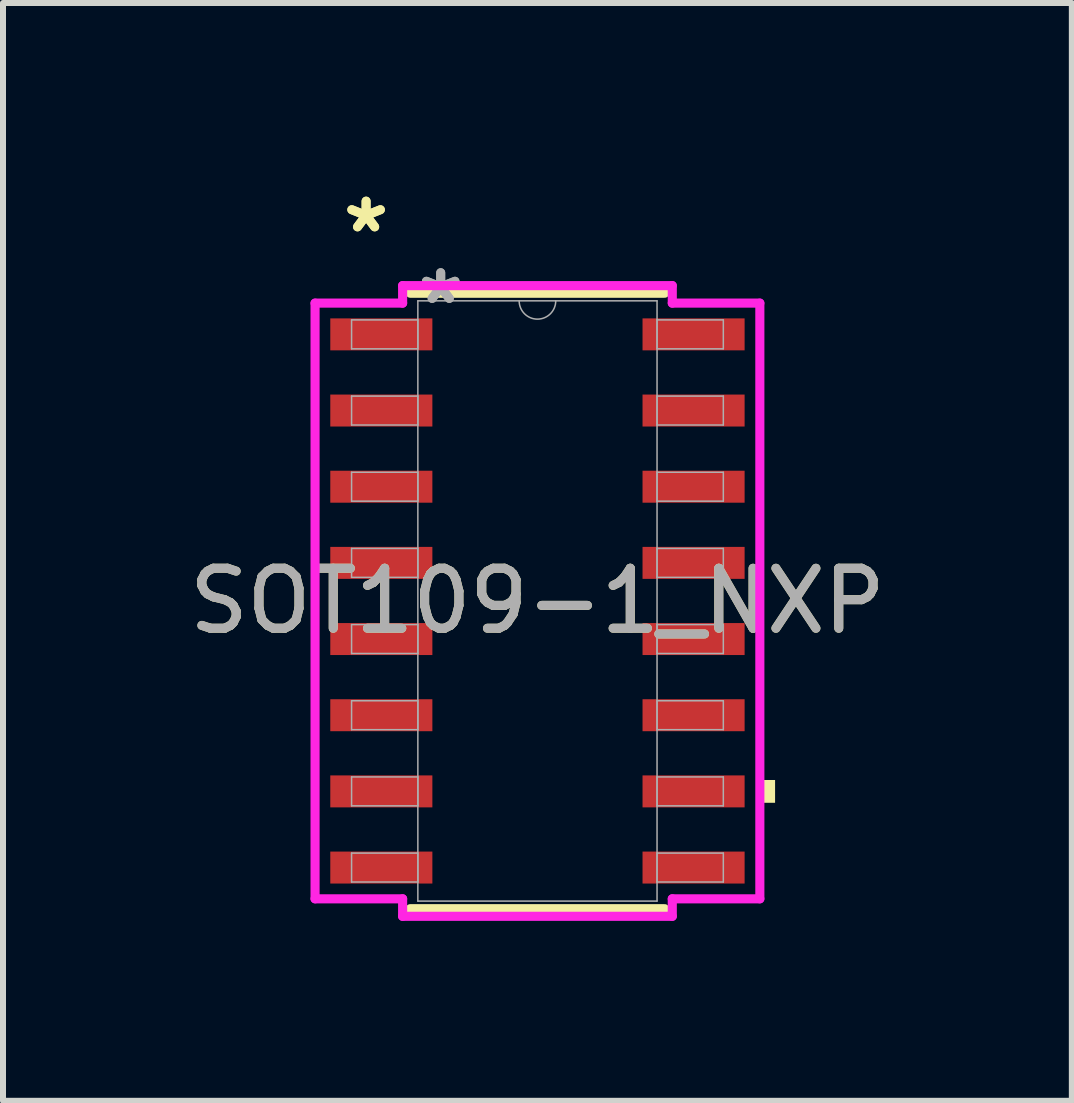
<source format=kicad_pcb>
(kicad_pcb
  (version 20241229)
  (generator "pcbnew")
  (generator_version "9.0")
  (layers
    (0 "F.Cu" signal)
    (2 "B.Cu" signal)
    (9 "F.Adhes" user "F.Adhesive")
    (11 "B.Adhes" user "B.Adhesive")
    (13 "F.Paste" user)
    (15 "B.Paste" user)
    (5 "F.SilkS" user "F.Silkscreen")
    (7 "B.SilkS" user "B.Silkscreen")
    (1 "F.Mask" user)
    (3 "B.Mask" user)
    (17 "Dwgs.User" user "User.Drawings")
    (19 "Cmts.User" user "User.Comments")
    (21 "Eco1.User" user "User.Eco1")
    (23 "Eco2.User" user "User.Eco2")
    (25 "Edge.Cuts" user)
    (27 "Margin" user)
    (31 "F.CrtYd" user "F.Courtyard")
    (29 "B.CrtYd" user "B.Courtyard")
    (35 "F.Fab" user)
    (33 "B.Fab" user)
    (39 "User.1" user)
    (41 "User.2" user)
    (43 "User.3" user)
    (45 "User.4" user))
  (footprint "SOT109-1_NXP"
    (layer "F.Cu")
    (at 5.911 6.97)
    (property "Reference" "SOT109-1_NXP" (at 0 0 0) (unlocked yes) (layer "F.SilkS") (effects (font (size 1 1) (thickness 0.15))))
    (attr smd)
    (fp_line (start -2.121 5.131) (end 2.121 5.131) (stroke (width 0.152) (type solid)) (layer "F.SilkS"))
    (fp_line (start 2.121 -5.131) (end -2.121 -5.131) (stroke (width 0.152) (type solid)) (layer "F.SilkS"))
    (fp_poly (pts (xy 3.962 2.985) (xy 3.962 3.365) (xy 3.708 3.365) (xy 3.708 2.985)) (stroke (width 0) (type solid)) (fill yes) (layer "F.SilkS"))
    (fp_line (start -3.708 -4.966) (end -2.248 -4.966) (stroke (width 0.152) (type solid)) (layer "F.CrtYd"))
    (fp_line (start -3.708 4.966) (end -3.708 -4.966) (stroke (width 0.152) (type solid)) (layer "F.CrtYd"))
    (fp_line (start -3.708 4.966) (end -2.248 4.966) (stroke (width 0.152) (type solid)) (layer "F.CrtYd"))
    (fp_line (start -2.248 -5.258) (end 2.248 -5.258) (stroke (width 0.152) (type solid)) (layer "F.CrtYd"))
    (fp_line (start -2.248 -4.966) (end -2.248 -5.258) (stroke (width 0.152) (type solid)) (layer "F.CrtYd"))
    (fp_line (start -2.248 5.258) (end -2.248 4.966) (stroke (width 0.152) (type solid)) (layer "F.CrtYd"))
    (fp_line (start 2.248 -5.258) (end 2.248 -4.966) (stroke (width 0.152) (type solid)) (layer "F.CrtYd"))
    (fp_line (start 2.248 4.966) (end 2.248 5.258) (stroke (width 0.152) (type solid)) (layer "F.CrtYd"))
    (fp_line (start 2.248 5.258) (end -2.248 5.258) (stroke (width 0.152) (type solid)) (layer "F.CrtYd"))
    (fp_line (start 3.708 -4.966) (end 2.248 -4.966) (stroke (width 0.152) (type solid)) (layer "F.CrtYd"))
    (fp_line (start 3.708 -4.966) (end 3.708 4.966) (stroke (width 0.152) (type solid)) (layer "F.CrtYd"))
    (fp_line (start 3.708 4.966) (end 2.248 4.966) (stroke (width 0.152) (type solid)) (layer "F.CrtYd"))
    (fp_line (start -3.099 -4.686) (end -3.099 -4.204) (stroke (width 0.025) (type solid)) (layer "F.Fab"))
    (fp_line (start -3.099 -4.204) (end -1.994 -4.204) (stroke (width 0.025) (type solid)) (layer "F.Fab"))
    (fp_line (start -3.099 -3.416) (end -3.099 -2.934) (stroke (width 0.025) (type solid)) (layer "F.Fab"))
    (fp_line (start -3.099 -2.934) (end -1.994 -2.934) (stroke (width 0.025) (type solid)) (layer "F.Fab"))
    (fp_line (start -3.099 -2.146) (end -3.099 -1.664) (stroke (width 0.025) (type solid)) (layer "F.Fab"))
    (fp_line (start -3.099 -1.664) (end -1.994 -1.664) (stroke (width 0.025) (type solid)) (layer "F.Fab"))
    (fp_line (start -3.099 -0.876) (end -3.099 -0.394) (stroke (width 0.025) (type solid)) (layer "F.Fab"))
    (fp_line (start -3.099 -0.394) (end -1.994 -0.394) (stroke (width 0.025) (type solid)) (layer "F.Fab"))
    (fp_line (start -3.099 0.394) (end -3.099 0.876) (stroke (width 0.025) (type solid)) (layer "F.Fab"))
    (fp_line (start -3.099 0.876) (end -1.994 0.876) (stroke (width 0.025) (type solid)) (layer "F.Fab"))
    (fp_line (start -3.099 1.664) (end -3.099 2.146) (stroke (width 0.025) (type solid)) (layer "F.Fab"))
    (fp_line (start -3.099 2.146) (end -1.994 2.146) (stroke (width 0.025) (type solid)) (layer "F.Fab"))
    (fp_line (start -3.099 2.934) (end -3.099 3.416) (stroke (width 0.025) (type solid)) (layer "F.Fab"))
    (fp_line (start -3.099 3.416) (end -1.994 3.416) (stroke (width 0.025) (type solid)) (layer "F.Fab"))
    (fp_line (start -3.099 4.204) (end -3.099 4.686) (stroke (width 0.025) (type solid)) (layer "F.Fab"))
    (fp_line (start -3.099 4.686) (end -1.994 4.686) (stroke (width 0.025) (type solid)) (layer "F.Fab"))
    (fp_line (start -1.994 -5.004) (end -1.994 5.004) (stroke (width 0.025) (type solid)) (layer "F.Fab"))
    (fp_line (start -1.994 -4.686) (end -3.099 -4.686) (stroke (width 0.025) (type solid)) (layer "F.Fab"))
    (fp_line (start -1.994 -4.204) (end -1.994 -4.686) (stroke (width 0.025) (type solid)) (layer "F.Fab"))
    (fp_line (start -1.994 -3.416) (end -3.099 -3.416) (stroke (width 0.025) (type solid)) (layer "F.Fab"))
    (fp_line (start -1.994 -2.934) (end -1.994 -3.416) (stroke (width 0.025) (type solid)) (layer "F.Fab"))
    (fp_line (start -1.994 -2.146) (end -3.099 -2.146) (stroke (width 0.025) (type solid)) (layer "F.Fab"))
    (fp_line (start -1.994 -1.664) (end -1.994 -2.146) (stroke (width 0.025) (type solid)) (layer "F.Fab"))
    (fp_line (start -1.994 -0.876) (end -3.099 -0.876) (stroke (width 0.025) (type solid)) (layer "F.Fab"))
    (fp_line (start -1.994 -0.394) (end -1.994 -0.876) (stroke (width 0.025) (type solid)) (layer "F.Fab"))
    (fp_line (start -1.994 0.394) (end -3.099 0.394) (stroke (width 0.025) (type solid)) (layer "F.Fab"))
    (fp_line (start -1.994 0.876) (end -1.994 0.394) (stroke (width 0.025) (type solid)) (layer "F.Fab"))
    (fp_line (start -1.994 1.664) (end -3.099 1.664) (stroke (width 0.025) (type solid)) (layer "F.Fab"))
    (fp_line (start -1.994 2.146) (end -1.994 1.664) (stroke (width 0.025) (type solid)) (layer "F.Fab"))
    (fp_line (start -1.994 2.934) (end -3.099 2.934) (stroke (width 0.025) (type solid)) (layer "F.Fab"))
    (fp_line (start -1.994 3.416) (end -1.994 2.934) (stroke (width 0.025) (type solid)) (layer "F.Fab"))
    (fp_line (start -1.994 4.204) (end -3.099 4.204) (stroke (width 0.025) (type solid)) (layer "F.Fab"))
    (fp_line (start -1.994 4.686) (end -1.994 4.204) (stroke (width 0.025) (type solid)) (layer "F.Fab"))
    (fp_line (start -1.994 5.004) (end 1.994 5.004) (stroke (width 0.025) (type solid)) (layer "F.Fab"))
    (fp_line (start 1.994 -5.004) (end -1.994 -5.004) (stroke (width 0.025) (type solid)) (layer "F.Fab"))
    (fp_line (start 1.994 -4.686) (end 1.994 -4.204) (stroke (width 0.025) (type solid)) (layer "F.Fab"))
    (fp_line (start 1.994 -4.204) (end 3.099 -4.204) (stroke (width 0.025) (type solid)) (layer "F.Fab"))
    (fp_line (start 1.994 -3.416) (end 1.994 -2.934) (stroke (width 0.025) (type solid)) (layer "F.Fab"))
    (fp_line (start 1.994 -2.934) (end 3.099 -2.934) (stroke (width 0.025) (type solid)) (layer "F.Fab"))
    (fp_line (start 1.994 -2.146) (end 1.994 -1.664) (stroke (width 0.025) (type solid)) (layer "F.Fab"))
    (fp_line (start 1.994 -1.664) (end 3.099 -1.664) (stroke (width 0.025) (type solid)) (layer "F.Fab"))
    (fp_line (start 1.994 -0.876) (end 1.994 -0.394) (stroke (width 0.025) (type solid)) (layer "F.Fab"))
    (fp_line (start 1.994 -0.394) (end 3.099 -0.394) (stroke (width 0.025) (type solid)) (layer "F.Fab"))
    (fp_line (start 1.994 0.394) (end 1.994 0.876) (stroke (width 0.025) (type solid)) (layer "F.Fab"))
    (fp_line (start 1.994 0.876) (end 3.099 0.876) (stroke (width 0.025) (type solid)) (layer "F.Fab"))
    (fp_line (start 1.994 1.664) (end 1.994 2.146) (stroke (width 0.025) (type solid)) (layer "F.Fab"))
    (fp_line (start 1.994 2.146) (end 3.099 2.146) (stroke (width 0.025) (type solid)) (layer "F.Fab"))
    (fp_line (start 1.994 2.934) (end 1.994 3.416) (stroke (width 0.025) (type solid)) (layer "F.Fab"))
    (fp_line (start 1.994 3.416) (end 3.099 3.416) (stroke (width 0.025) (type solid)) (layer "F.Fab"))
    (fp_line (start 1.994 4.204) (end 1.994 4.686) (stroke (width 0.025) (type solid)) (layer "F.Fab"))
    (fp_line (start 1.994 4.686) (end 3.099 4.686) (stroke (width 0.025) (type solid)) (layer "F.Fab"))
    (fp_line (start 1.994 5.004) (end 1.994 -5.004) (stroke (width 0.025) (type solid)) (layer "F.Fab"))
    (fp_line (start 3.099 -4.686) (end 1.994 -4.686) (stroke (width 0.025) (type solid)) (layer "F.Fab"))
    (fp_line (start 3.099 -4.204) (end 3.099 -4.686) (stroke (width 0.025) (type solid)) (layer "F.Fab"))
    (fp_line (start 3.099 -3.416) (end 1.994 -3.416) (stroke (width 0.025) (type solid)) (layer "F.Fab"))
    (fp_line (start 3.099 -2.934) (end 3.099 -3.416) (stroke (width 0.025) (type solid)) (layer "F.Fab"))
    (fp_line (start 3.099 -2.146) (end 1.994 -2.146) (stroke (width 0.025) (type solid)) (layer "F.Fab"))
    (fp_line (start 3.099 -1.664) (end 3.099 -2.146) (stroke (width 0.025) (type solid)) (layer "F.Fab"))
    (fp_line (start 3.099 -0.876) (end 1.994 -0.876) (stroke (width 0.025) (type solid)) (layer "F.Fab"))
    (fp_line (start 3.099 -0.394) (end 3.099 -0.876) (stroke (width 0.025) (type solid)) (layer "F.Fab"))
    (fp_line (start 3.099 0.394) (end 1.994 0.394) (stroke (width 0.025) (type solid)) (layer "F.Fab"))
    (fp_line (start 3.099 0.876) (end 3.099 0.394) (stroke (width 0.025) (type solid)) (layer "F.Fab"))
    (fp_line (start 3.099 1.664) (end 1.994 1.664) (stroke (width 0.025) (type solid)) (layer "F.Fab"))
    (fp_line (start 3.099 2.146) (end 3.099 1.664) (stroke (width 0.025) (type solid)) (layer "F.Fab"))
    (fp_line (start 3.099 2.934) (end 1.994 2.934) (stroke (width 0.025) (type solid)) (layer "F.Fab"))
    (fp_line (start 3.099 3.416) (end 3.099 2.934) (stroke (width 0.025) (type solid)) (layer "F.Fab"))
    (fp_line (start 3.099 4.204) (end 1.994 4.204) (stroke (width 0.025) (type solid)) (layer "F.Fab"))
    (fp_line (start 3.099 4.686) (end 3.099 4.204) (stroke (width 0.025) (type solid)) (layer "F.Fab"))
    (fp_arc (start 0.3048 -5.0038) (mid 0 -4.699) (end -0.3048 -5.0038) (stroke (width 0.0254) (type solid)) (layer "F.Fab"))
    (fp_text user "*" (at -2.857 -6.121 0) (layer "F.SilkS") (effects (font (size 1 1) (thickness 0.15))))
    (fp_text user "*" (at -2.857 -6.121 0) (unlocked yes) (layer "F.SilkS") (effects (font (size 1 1) (thickness 0.15))))
    (fp_text user "*" (at -1.613 -4.928 0) (layer "F.Fab") (effects (font (size 1 1) (thickness 0.15))))
    (fp_text user "*" (at -1.613 -4.928 0) (unlocked yes) (layer "F.Fab") (effects (font (size 1 1) (thickness 0.15))))
    (fp_text user "${REFERENCE}" (at 0 0 0) (unlocked yes) (layer "F.Fab") (effects (font (size 1 1) (thickness 0.15))))
    (pad "1" smd rect (at -2.603 -4.445) (size 1.702 0.533) (layers "F.Cu" "F.Mask" "F.Paste"))
    (pad "2" smd rect (at -2.603 -3.175) (size 1.702 0.533) (layers "F.Cu" "F.Mask" "F.Paste"))
    (pad "3" smd rect (at -2.603 -1.905) (size 1.702 0.533) (layers "F.Cu" "F.Mask" "F.Paste"))
    (pad "4" smd rect (at -2.603 -0.635) (size 1.702 0.533) (layers "F.Cu" "F.Mask" "F.Paste"))
    (pad "5" smd rect (at -2.603 0.635) (size 1.702 0.533) (layers "F.Cu" "F.Mask" "F.Paste"))
    (pad "6" smd rect (at -2.603 1.905) (size 1.702 0.533) (layers "F.Cu" "F.Mask" "F.Paste"))
    (pad "7" smd rect (at -2.603 3.175) (size 1.702 0.533) (layers "F.Cu" "F.Mask" "F.Paste"))
    (pad "8" smd rect (at -2.603 4.445) (size 1.702 0.533) (layers "F.Cu" "F.Mask" "F.Paste"))
    (pad "9" smd rect (at 2.603 4.445) (size 1.702 0.533) (layers "F.Cu" "F.Mask" "F.Paste"))
    (pad "10" smd rect (at 2.603 3.175) (size 1.702 0.533) (layers "F.Cu" "F.Mask" "F.Paste"))
    (pad "11" smd rect (at 2.603 1.905) (size 1.702 0.533) (layers "F.Cu" "F.Mask" "F.Paste"))
    (pad "12" smd rect (at 2.603 0.635) (size 1.702 0.533) (layers "F.Cu" "F.Mask" "F.Paste"))
    (pad "13" smd rect (at 2.603 -0.635) (size 1.702 0.533) (layers "F.Cu" "F.Mask" "F.Paste"))
    (pad "14" smd rect (at 2.603 -1.905) (size 1.702 0.533) (layers "F.Cu" "F.Mask" "F.Paste"))
    (pad "15" smd rect (at 2.603 -3.175) (size 1.702 0.533) (layers "F.Cu" "F.Mask" "F.Paste"))
    (pad "16" smd rect (at 2.603 -4.445) (size 1.702 0.533) (layers "F.Cu" "F.Mask" "F.Paste")))
  (gr_rect
    (start -3 -3)
    (end 14.821 15.304)
    (stroke (width 0.1) (type default))
    (fill no)
    (layer "Edge.Cuts")))
</source>
